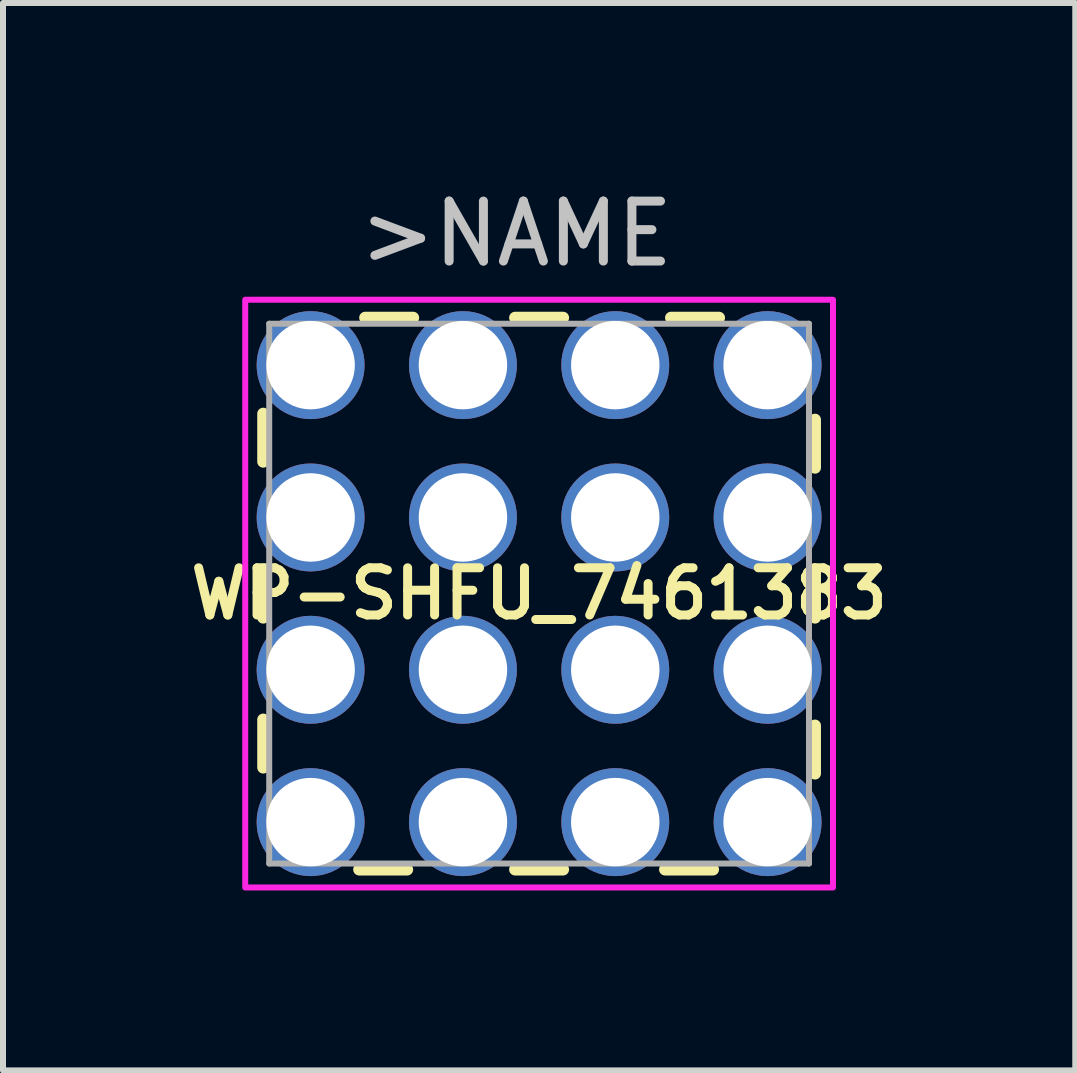
<source format=kicad_pcb>
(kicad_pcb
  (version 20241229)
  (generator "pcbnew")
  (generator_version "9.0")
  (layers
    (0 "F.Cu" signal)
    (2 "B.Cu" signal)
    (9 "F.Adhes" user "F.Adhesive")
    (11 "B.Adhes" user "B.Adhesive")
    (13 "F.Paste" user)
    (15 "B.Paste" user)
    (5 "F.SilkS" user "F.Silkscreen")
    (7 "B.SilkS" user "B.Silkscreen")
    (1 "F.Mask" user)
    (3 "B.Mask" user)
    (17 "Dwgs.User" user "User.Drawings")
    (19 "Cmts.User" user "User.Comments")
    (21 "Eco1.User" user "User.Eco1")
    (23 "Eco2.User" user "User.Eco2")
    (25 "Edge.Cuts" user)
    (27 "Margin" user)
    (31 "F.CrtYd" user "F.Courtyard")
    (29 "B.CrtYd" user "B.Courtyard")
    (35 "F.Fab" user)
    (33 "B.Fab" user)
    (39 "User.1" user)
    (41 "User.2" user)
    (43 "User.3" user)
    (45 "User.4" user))
  (footprint "WP-SHFU_7461383"
    (layer "F.Cu")
    (at 5.939 6.848)
    (property "Reference" "WP-SHFU_7461383" (at 0 0 0) (layer "F.SilkS") (effects (font (size 0.787 0.787) (thickness 0.15))))
    (attr through_hole)
    (fp_line (start -4.6 -2.2) (end -4.6 -3) (stroke (width 0.2) (type solid)) (layer "F.SilkS"))
    (fp_line (start -4.6 0.4) (end -4.6 -0.4) (stroke (width 0.2) (type solid)) (layer "F.SilkS"))
    (fp_line (start -4.6 2.9) (end -4.6 2.1) (stroke (width 0.2) (type solid)) (layer "F.SilkS"))
    (fp_line (start -2.9 -4.6) (end -2.1 -4.6) (stroke (width 0.2) (type solid)) (layer "F.SilkS"))
    (fp_line (start -2.2 4.6) (end -3 4.6) (stroke (width 0.2) (type solid)) (layer "F.SilkS"))
    (fp_line (start -0.4 -4.6) (end 0.4 -4.6) (stroke (width 0.2) (type solid)) (layer "F.SilkS"))
    (fp_line (start 0.4 4.6) (end -0.4 4.6) (stroke (width 0.2) (type solid)) (layer "F.SilkS"))
    (fp_line (start 2.2 -4.6) (end 3 -4.6) (stroke (width 0.2) (type solid)) (layer "F.SilkS"))
    (fp_line (start 2.9 4.6) (end 2.1 4.6) (stroke (width 0.2) (type solid)) (layer "F.SilkS"))
    (fp_line (start 4.6 -2.9) (end 4.6 -2.1) (stroke (width 0.2) (type solid)) (layer "F.SilkS"))
    (fp_line (start 4.6 -0.4) (end 4.6 0.4) (stroke (width 0.2) (type solid)) (layer "F.SilkS"))
    (fp_line (start 4.6 2.2) (end 4.6 3) (stroke (width 0.2) (type solid)) (layer "F.SilkS"))
    (fp_poly (pts (xy -4.9 -4.9) (xy 4.9 -4.9) (xy 4.9 4.9) (xy -4.9 4.9)) (stroke (width 0.1) (type solid)) (fill no) (layer "F.CrtYd"))
    (fp_line (start -4.5 -4.5) (end 4.5 -4.5) (stroke (width 0.1) (type solid)) (layer "F.Fab"))
    (fp_line (start -4.5 4.5) (end -4.5 -4.5) (stroke (width 0.1) (type solid)) (layer "F.Fab"))
    (fp_line (start 4.5 -4.5) (end 4.5 4.5) (stroke (width 0.1) (type solid)) (layer "F.Fab"))
    (fp_line (start 4.5 4.5) (end -4.5 4.5) (stroke (width 0.1) (type solid)) (layer "F.Fab"))
    (fp_text user ">NAME " (at 0 -6 0) (layer "Dwgs.User") (effects (font (size 1 1) (thickness 0.15))))
    (pad "1" thru_hole circle (at -3.81 -3.81) (size 1.8 1.8) (drill 1.475) (layers "*.Cu" "*.Mask"))
    (pad "2" thru_hole circle (at -1.27 -3.81) (size 1.8 1.8) (drill 1.475) (layers "*.Cu" "*.Mask"))
    (pad "3" thru_hole circle (at 1.27 -3.81) (size 1.8 1.8) (drill 1.475) (layers "*.Cu" "*.Mask"))
    (pad "4" thru_hole circle (at 3.81 -3.81) (size 1.8 1.8) (drill 1.475) (layers "*.Cu" "*.Mask"))
    (pad "5" thru_hole circle (at 3.81 -1.27) (size 1.8 1.8) (drill 1.475) (layers "*.Cu" "*.Mask"))
    (pad "6" thru_hole circle (at 1.27 -1.27) (size 1.8 1.8) (drill 1.475) (layers "*.Cu" "*.Mask"))
    (pad "7" thru_hole circle (at -1.27 -1.27) (size 1.8 1.8) (drill 1.475) (layers "*.Cu" "*.Mask"))
    (pad "8" thru_hole circle (at -3.81 -1.27) (size 1.8 1.8) (drill 1.475) (layers "*.Cu" "*.Mask"))
    (pad "9" thru_hole circle (at -3.81 1.27) (size 1.8 1.8) (drill 1.475) (layers "*.Cu" "*.Mask"))
    (pad "10" thru_hole circle (at -1.27 1.27) (size 1.8 1.8) (drill 1.475) (layers "*.Cu" "*.Mask"))
    (pad "11" thru_hole circle (at 1.27 1.27) (size 1.8 1.8) (drill 1.475) (layers "*.Cu" "*.Mask"))
    (pad "12" thru_hole circle (at 3.81 1.27) (size 1.8 1.8) (drill 1.475) (layers "*.Cu" "*.Mask"))
    (pad "13" thru_hole circle (at 3.81 3.81) (size 1.8 1.8) (drill 1.475) (layers "*.Cu" "*.Mask"))
    (pad "14" thru_hole circle (at 1.27 3.81) (size 1.8 1.8) (drill 1.475) (layers "*.Cu" "*.Mask"))
    (pad "15" thru_hole circle (at -1.27 3.81) (size 1.8 1.8) (drill 1.475) (layers "*.Cu" "*.Mask"))
    (pad "16" thru_hole circle (at -3.81 3.81) (size 1.8 1.8) (drill 1.475) (layers "*.Cu" "*.Mask")))
  (gr_rect
    (start -3 -3)
    (end 14.879 14.798)
    (stroke (width 0.1) (type default))
    (fill no)
    (layer "Edge.Cuts")))
</source>
